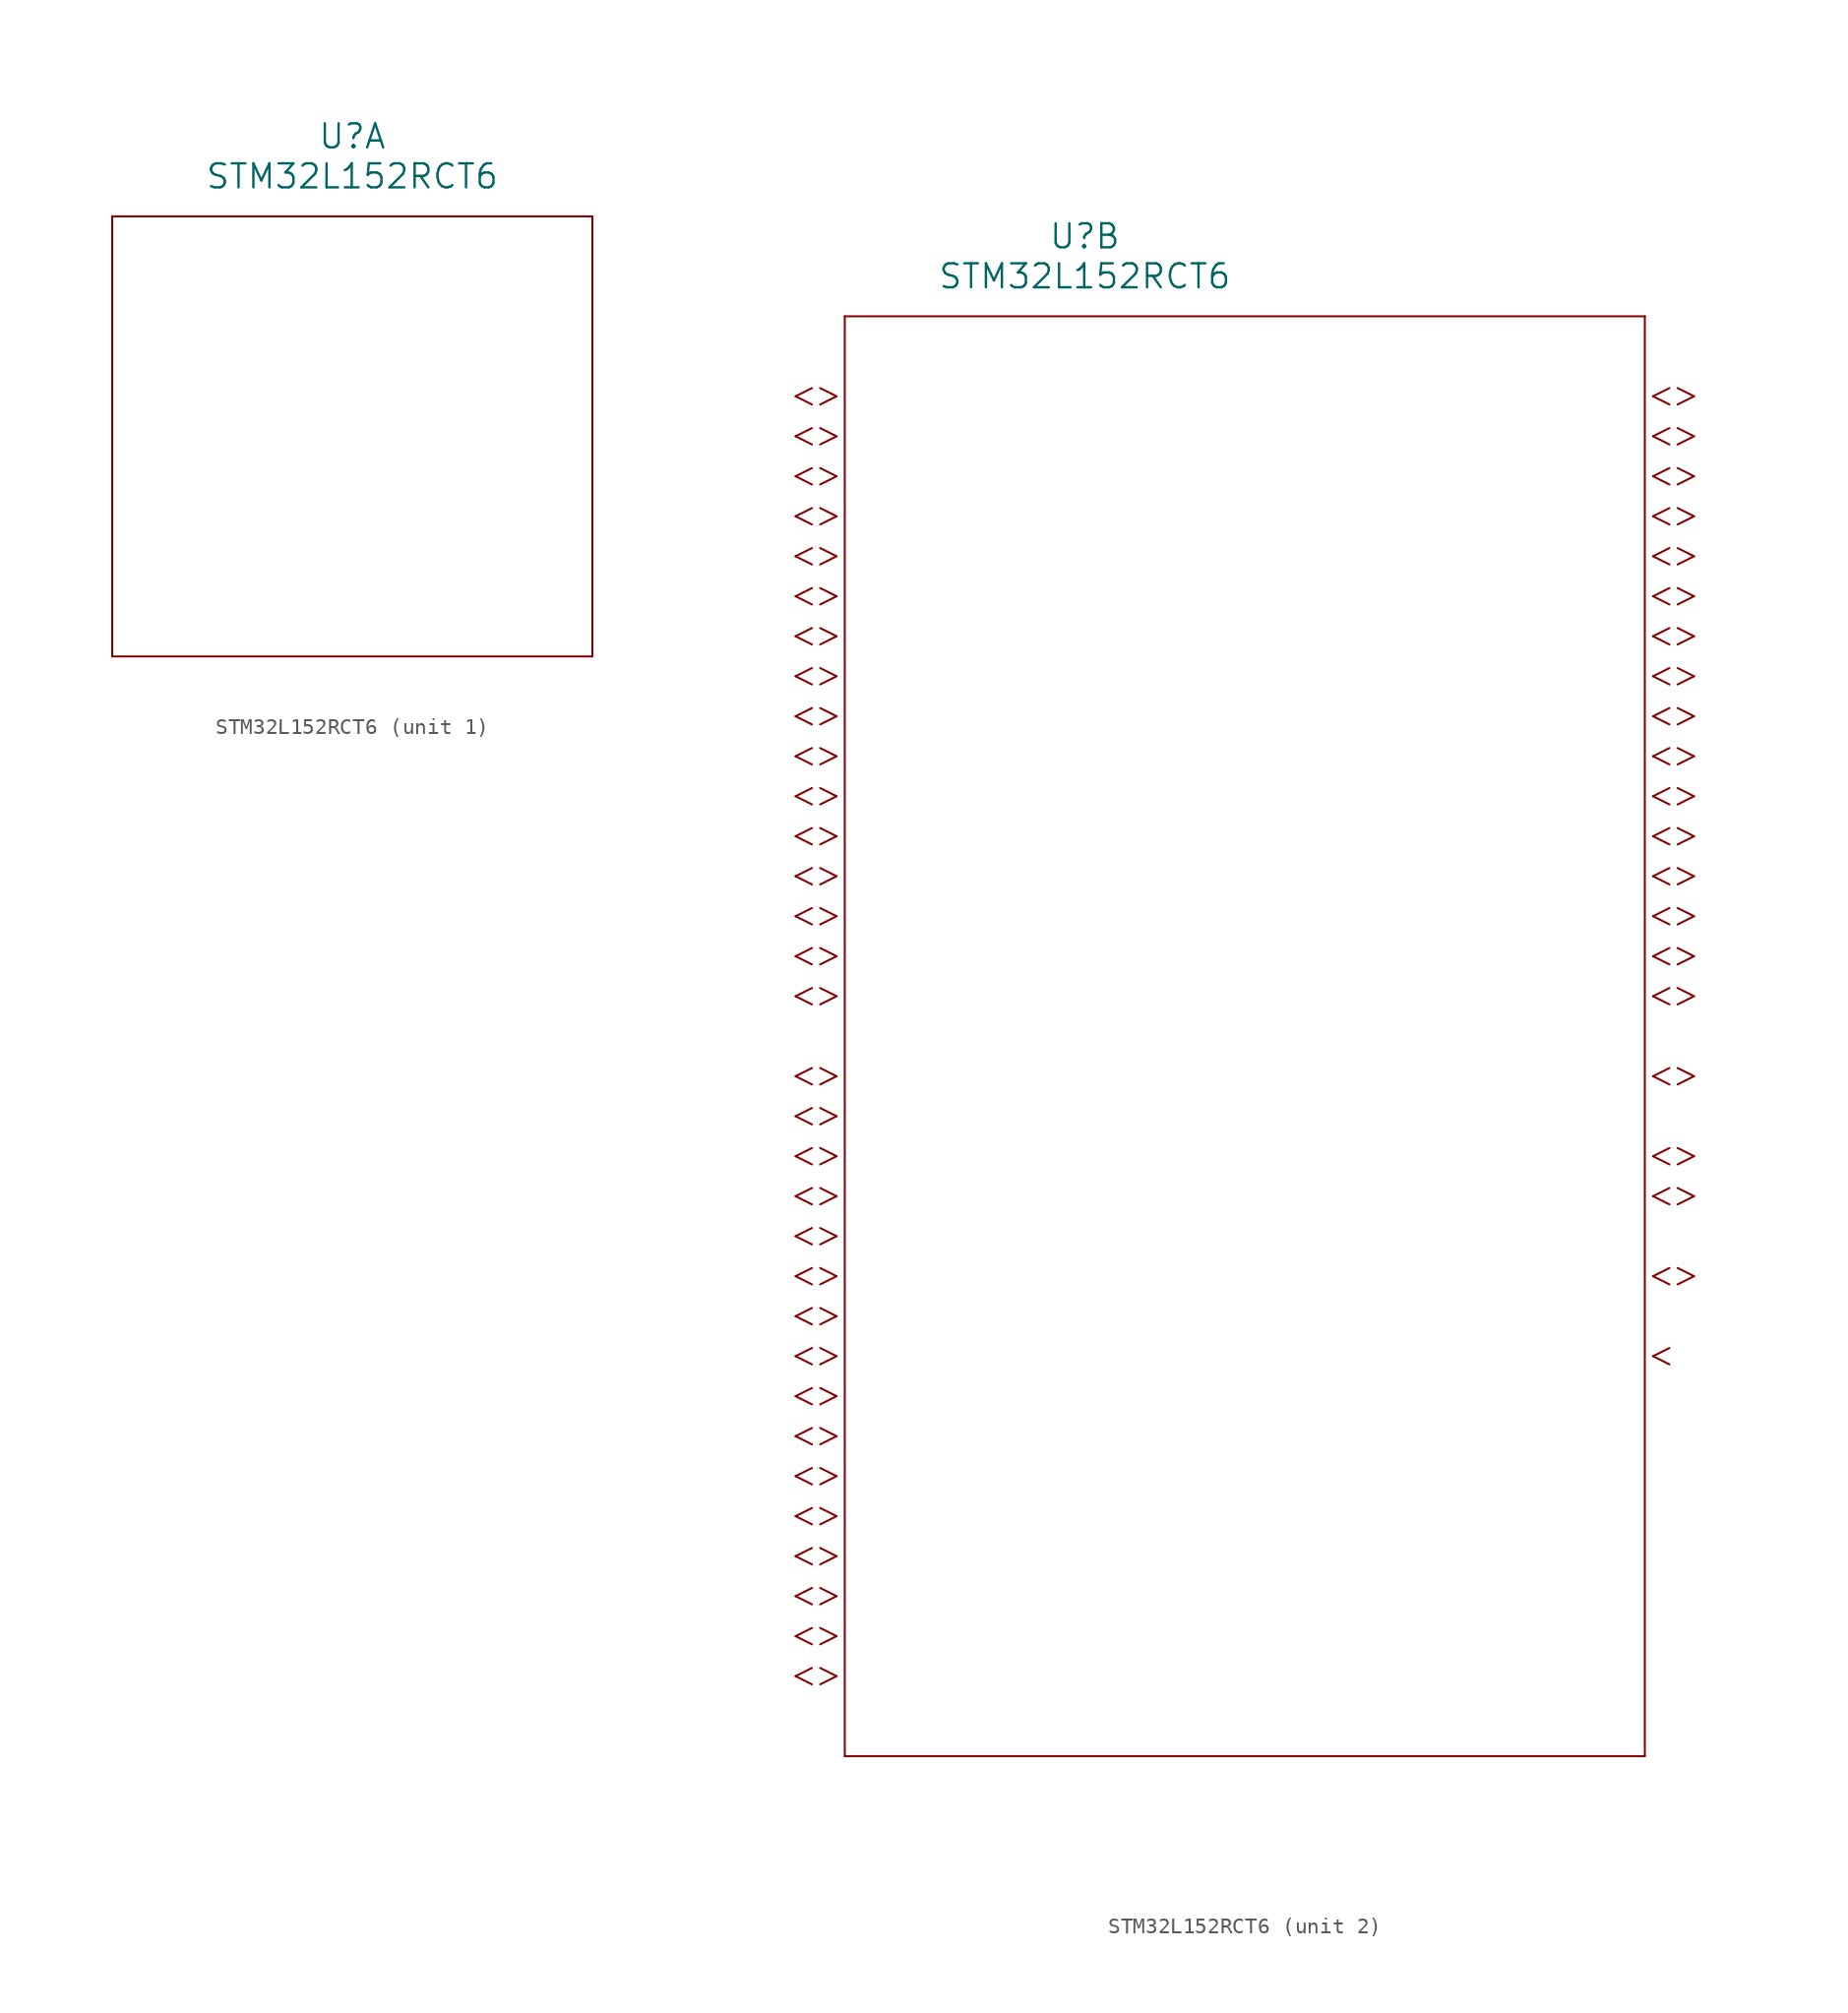
<source format=kicad_sym>
(kicad_symbol_lib
  (version 20211014)
  (generator kicad_symbol_editor)
  (symbol "STM32L152RCT6"
    (pin_names
      (offset 0.254))
    (property "Reference" "U"
      (at 22.86 10.16 0)
      (effects (font (size 1.524 1.524))))
    (property "Value" "STM32L152RCT6"
      (at 22.86 7.62 0)
      (effects (font (size 1.524 1.524))))
    (symbol "STM32L152RCT6_1_1"
      (polyline (pts (xy 7.62 5.08) (xy 7.62 -22.86)) (stroke (width 0.127) (type default) (color 0 0 0 0)) (fill (type none)))
      (polyline (pts (xy 7.62 -22.86) (xy 38.1 -22.86)) (stroke (width 0.127) (type default) (color 0 0 0 0)) (fill (type none)))
      (polyline (pts (xy 38.1 -22.86) (xy 38.1 5.08)) (stroke (width 0.127) (type default) (color 0 0 0 0)) (fill (type none)))
      (polyline (pts (xy 38.1 5.08) (xy 7.62 5.08)) (stroke (width 0.127) (type default) (color 0 0 0 0)) (fill (type none))))
    (symbol "STM32L152RCT6_2_1"
      (polyline (pts (xy 7.099 0) (xy 6.058 0.521)) (stroke (width 0.127) (type default) (color 0 0 0 0)) (fill (type none)))
      (polyline (pts (xy 7.099 0) (xy 6.058 -0.521)) (stroke (width 0.127) (type default) (color 0 0 0 0)) (fill (type none)))
      (polyline (pts (xy 5.537 0.521) (xy 4.496 0)) (stroke (width 0.127) (type default) (color 0 0 0 0)) (fill (type none)))
      (polyline (pts (xy 5.537 -0.521) (xy 4.496 0)) (stroke (width 0.127) (type default) (color 0 0 0 0)) (fill (type none)))
      (polyline (pts (xy 7.099 -2.54) (xy 6.058 -2.019)) (stroke (width 0.127) (type default) (color 0 0 0 0)) (fill (type none)))
      (polyline (pts (xy 7.099 -2.54) (xy 6.058 -3.061)) (stroke (width 0.127) (type default) (color 0 0 0 0)) (fill (type none)))
      (polyline (pts (xy 5.537 -2.019) (xy 4.496 -2.54)) (stroke (width 0.127) (type default) (color 0 0 0 0)) (fill (type none)))
      (polyline (pts (xy 5.537 -3.061) (xy 4.496 -2.54)) (stroke (width 0.127) (type default) (color 0 0 0 0)) (fill (type none)))
      (polyline (pts (xy 7.099 -5.08) (xy 6.058 -4.559)) (stroke (width 0.127) (type default) (color 0 0 0 0)) (fill (type none)))
      (polyline (pts (xy 7.099 -5.08) (xy 6.058 -5.601)) (stroke (width 0.127) (type default) (color 0 0 0 0)) (fill (type none)))
      (polyline (pts (xy 5.537 -4.559) (xy 4.496 -5.08)) (stroke (width 0.127) (type default) (color 0 0 0 0)) (fill (type none)))
      (polyline (pts (xy 5.537 -5.601) (xy 4.496 -5.08)) (stroke (width 0.127) (type default) (color 0 0 0 0)) (fill (type none)))
      (polyline (pts (xy 7.099 -7.62) (xy 6.058 -7.099)) (stroke (width 0.127) (type default) (color 0 0 0 0)) (fill (type none)))
      (polyline (pts (xy 7.099 -7.62) (xy 6.058 -8.141)) (stroke (width 0.127) (type default) (color 0 0 0 0)) (fill (type none)))
      (polyline (pts (xy 5.537 -7.099) (xy 4.496 -7.62)) (stroke (width 0.127) (type default) (color 0 0 0 0)) (fill (type none)))
      (polyline (pts (xy 5.537 -8.141) (xy 4.496 -7.62)) (stroke (width 0.127) (type default) (color 0 0 0 0)) (fill (type none)))
      (polyline (pts (xy 7.099 -10.16) (xy 6.058 -9.639)) (stroke (width 0.127) (type default) (color 0 0 0 0)) (fill (type none)))
      (polyline (pts (xy 7.099 -10.16) (xy 6.058 -10.681)) (stroke (width 0.127) (type default) (color 0 0 0 0)) (fill (type none)))
      (polyline (pts (xy 5.537 -9.639) (xy 4.496 -10.16)) (stroke (width 0.127) (type default) (color 0 0 0 0)) (fill (type none)))
      (polyline (pts (xy 5.537 -10.681) (xy 4.496 -10.16)) (stroke (width 0.127) (type default) (color 0 0 0 0)) (fill (type none)))
      (polyline (pts (xy 7.099 -12.7) (xy 6.058 -12.179)) (stroke (width 0.127) (type default) (color 0 0 0 0)) (fill (type none)))
      (polyline (pts (xy 7.099 -12.7) (xy 6.058 -13.221)) (stroke (width 0.127) (type default) (color 0 0 0 0)) (fill (type none)))
      (polyline (pts (xy 5.537 -12.179) (xy 4.496 -12.7)) (stroke (width 0.127) (type default) (color 0 0 0 0)) (fill (type none)))
      (polyline (pts (xy 5.537 -13.221) (xy 4.496 -12.7)) (stroke (width 0.127) (type default) (color 0 0 0 0)) (fill (type none)))
      (polyline (pts (xy 7.099 -15.24) (xy 6.058 -14.719)) (stroke (width 0.127) (type default) (color 0 0 0 0)) (fill (type none)))
      (polyline (pts (xy 7.099 -15.24) (xy 6.058 -15.761)) (stroke (width 0.127) (type default) (color 0 0 0 0)) (fill (type none)))
      (polyline (pts (xy 5.537 -14.719) (xy 4.496 -15.24)) (stroke (width 0.127) (type default) (color 0 0 0 0)) (fill (type none)))
      (polyline (pts (xy 5.537 -15.761) (xy 4.496 -15.24)) (stroke (width 0.127) (type default) (color 0 0 0 0)) (fill (type none)))
      (polyline (pts (xy 7.099 -17.78) (xy 6.058 -17.259)) (stroke (width 0.127) (type default) (color 0 0 0 0)) (fill (type none)))
      (polyline (pts (xy 7.099 -17.78) (xy 6.058 -18.301)) (stroke (width 0.127) (type default) (color 0 0 0 0)) (fill (type none)))
      (polyline (pts (xy 5.537 -17.259) (xy 4.496 -17.78)) (stroke (width 0.127) (type default) (color 0 0 0 0)) (fill (type none)))
      (polyline (pts (xy 5.537 -18.301) (xy 4.496 -17.78)) (stroke (width 0.127) (type default) (color 0 0 0 0)) (fill (type none)))
      (polyline (pts (xy 7.099 -20.32) (xy 6.058 -19.799)) (stroke (width 0.127) (type default) (color 0 0 0 0)) (fill (type none)))
      (polyline (pts (xy 7.099 -20.32) (xy 6.058 -20.841)) (stroke (width 0.127) (type default) (color 0 0 0 0)) (fill (type none)))
      (polyline (pts (xy 5.537 -19.799) (xy 4.496 -20.32)) (stroke (width 0.127) (type default) (color 0 0 0 0)) (fill (type none)))
      (polyline (pts (xy 5.537 -20.841) (xy 4.496 -20.32)) (stroke (width 0.127) (type default) (color 0 0 0 0)) (fill (type none)))
      (polyline (pts (xy 7.099 -22.86) (xy 6.058 -22.339)) (stroke (width 0.127) (type default) (color 0 0 0 0)) (fill (type none)))
      (polyline (pts (xy 7.099 -22.86) (xy 6.058 -23.381)) (stroke (width 0.127) (type default) (color 0 0 0 0)) (fill (type none)))
      (polyline (pts (xy 5.537 -22.339) (xy 4.496 -22.86)) (stroke (width 0.127) (type default) (color 0 0 0 0)) (fill (type none)))
      (polyline (pts (xy 5.537 -23.381) (xy 4.496 -22.86)) (stroke (width 0.127) (type default) (color 0 0 0 0)) (fill (type none)))
      (polyline (pts (xy 7.099 -25.4) (xy 6.058 -24.879)) (stroke (width 0.127) (type default) (color 0 0 0 0)) (fill (type none)))
      (polyline (pts (xy 7.099 -25.4) (xy 6.058 -25.921)) (stroke (width 0.127) (type default) (color 0 0 0 0)) (fill (type none)))
      (polyline (pts (xy 5.537 -24.879) (xy 4.496 -25.4)) (stroke (width 0.127) (type default) (color 0 0 0 0)) (fill (type none)))
      (polyline (pts (xy 5.537 -25.921) (xy 4.496 -25.4)) (stroke (width 0.127) (type default) (color 0 0 0 0)) (fill (type none)))
      (polyline (pts (xy 7.099 -27.94) (xy 6.058 -27.419)) (stroke (width 0.127) (type default) (color 0 0 0 0)) (fill (type none)))
      (polyline (pts (xy 7.099 -27.94) (xy 6.058 -28.461)) (stroke (width 0.127) (type default) (color 0 0 0 0)) (fill (type none)))
      (polyline (pts (xy 5.537 -27.419) (xy 4.496 -27.94)) (stroke (width 0.127) (type default) (color 0 0 0 0)) (fill (type none)))
      (polyline (pts (xy 5.537 -28.461) (xy 4.496 -27.94)) (stroke (width 0.127) (type default) (color 0 0 0 0)) (fill (type none)))
      (polyline (pts (xy 7.099 -30.48) (xy 6.058 -29.959)) (stroke (width 0.127) (type default) (color 0 0 0 0)) (fill (type none)))
      (polyline (pts (xy 7.099 -30.48) (xy 6.058 -31.001)) (stroke (width 0.127) (type default) (color 0 0 0 0)) (fill (type none)))
      (polyline (pts (xy 5.537 -29.959) (xy 4.496 -30.48)) (stroke (width 0.127) (type default) (color 0 0 0 0)) (fill (type none)))
      (polyline (pts (xy 5.537 -31.001) (xy 4.496 -30.48)) (stroke (width 0.127) (type default) (color 0 0 0 0)) (fill (type none)))
      (polyline (pts (xy 7.099 -33.02) (xy 6.058 -32.499)) (stroke (width 0.127) (type default) (color 0 0 0 0)) (fill (type none)))
      (polyline (pts (xy 7.099 -33.02) (xy 6.058 -33.541)) (stroke (width 0.127) (type default) (color 0 0 0 0)) (fill (type none)))
      (polyline (pts (xy 5.537 -32.499) (xy 4.496 -33.02)) (stroke (width 0.127) (type default) (color 0 0 0 0)) (fill (type none)))
      (polyline (pts (xy 5.537 -33.541) (xy 4.496 -33.02)) (stroke (width 0.127) (type default) (color 0 0 0 0)) (fill (type none)))
      (polyline (pts (xy 7.099 -35.56) (xy 6.058 -35.039)) (stroke (width 0.127) (type default) (color 0 0 0 0)) (fill (type none)))
      (polyline (pts (xy 7.099 -35.56) (xy 6.058 -36.081)) (stroke (width 0.127) (type default) (color 0 0 0 0)) (fill (type none)))
      (polyline (pts (xy 5.537 -35.039) (xy 4.496 -35.56)) (stroke (width 0.127) (type default) (color 0 0 0 0)) (fill (type none)))
      (polyline (pts (xy 5.537 -36.081) (xy 4.496 -35.56)) (stroke (width 0.127) (type default) (color 0 0 0 0)) (fill (type none)))
      (polyline (pts (xy 7.099 -38.1) (xy 6.058 -37.579)) (stroke (width 0.127) (type default) (color 0 0 0 0)) (fill (type none)))
      (polyline (pts (xy 7.099 -38.1) (xy 6.058 -38.621)) (stroke (width 0.127) (type default) (color 0 0 0 0)) (fill (type none)))
      (polyline (pts (xy 5.537 -37.579) (xy 4.496 -38.1)) (stroke (width 0.127) (type default) (color 0 0 0 0)) (fill (type none)))
      (polyline (pts (xy 5.537 -38.621) (xy 4.496 -38.1)) (stroke (width 0.127) (type default) (color 0 0 0 0)) (fill (type none)))
      (polyline (pts (xy 7.099 -43.18) (xy 6.058 -42.659)) (stroke (width 0.127) (type default) (color 0 0 0 0)) (fill (type none)))
      (polyline (pts (xy 7.099 -43.18) (xy 6.058 -43.701)) (stroke (width 0.127) (type default) (color 0 0 0 0)) (fill (type none)))
      (polyline (pts (xy 5.537 -42.659) (xy 4.496 -43.18)) (stroke (width 0.127) (type default) (color 0 0 0 0)) (fill (type none)))
      (polyline (pts (xy 5.537 -43.701) (xy 4.496 -43.18)) (stroke (width 0.127) (type default) (color 0 0 0 0)) (fill (type none)))
      (polyline (pts (xy 7.099 -45.72) (xy 6.058 -45.199)) (stroke (width 0.127) (type default) (color 0 0 0 0)) (fill (type none)))
      (polyline (pts (xy 7.099 -45.72) (xy 6.058 -46.241)) (stroke (width 0.127) (type default) (color 0 0 0 0)) (fill (type none)))
      (polyline (pts (xy 5.537 -45.199) (xy 4.496 -45.72)) (stroke (width 0.127) (type default) (color 0 0 0 0)) (fill (type none)))
      (polyline (pts (xy 5.537 -46.241) (xy 4.496 -45.72)) (stroke (width 0.127) (type default) (color 0 0 0 0)) (fill (type none)))
      (polyline (pts (xy 7.099 -48.26) (xy 6.058 -47.739)) (stroke (width 0.127) (type default) (color 0 0 0 0)) (fill (type none)))
      (polyline (pts (xy 7.099 -48.26) (xy 6.058 -48.781)) (stroke (width 0.127) (type default) (color 0 0 0 0)) (fill (type none)))
      (polyline (pts (xy 5.537 -47.739) (xy 4.496 -48.26)) (stroke (width 0.127) (type default) (color 0 0 0 0)) (fill (type none)))
      (polyline (pts (xy 5.537 -48.781) (xy 4.496 -48.26)) (stroke (width 0.127) (type default) (color 0 0 0 0)) (fill (type none)))
      (polyline (pts (xy 7.099 -50.8) (xy 6.058 -50.279)) (stroke (width 0.127) (type default) (color 0 0 0 0)) (fill (type none)))
      (polyline (pts (xy 7.099 -50.8) (xy 6.058 -51.321)) (stroke (width 0.127) (type default) (color 0 0 0 0)) (fill (type none)))
      (polyline (pts (xy 5.537 -50.279) (xy 4.496 -50.8)) (stroke (width 0.127) (type default) (color 0 0 0 0)) (fill (type none)))
      (polyline (pts (xy 5.537 -51.321) (xy 4.496 -50.8)) (stroke (width 0.127) (type default) (color 0 0 0 0)) (fill (type none)))
      (polyline (pts (xy 7.099 -53.34) (xy 6.058 -52.819)) (stroke (width 0.127) (type default) (color 0 0 0 0)) (fill (type none)))
      (polyline (pts (xy 7.099 -53.34) (xy 6.058 -53.861)) (stroke (width 0.127) (type default) (color 0 0 0 0)) (fill (type none)))
      (polyline (pts (xy 5.537 -52.819) (xy 4.496 -53.34)) (stroke (width 0.127) (type default) (color 0 0 0 0)) (fill (type none)))
      (polyline (pts (xy 5.537 -53.861) (xy 4.496 -53.34)) (stroke (width 0.127) (type default) (color 0 0 0 0)) (fill (type none)))
      (polyline (pts (xy 7.099 -55.88) (xy 6.058 -55.359)) (stroke (width 0.127) (type default) (color 0 0 0 0)) (fill (type none)))
      (polyline (pts (xy 7.099 -55.88) (xy 6.058 -56.401)) (stroke (width 0.127) (type default) (color 0 0 0 0)) (fill (type none)))
      (polyline (pts (xy 5.537 -55.359) (xy 4.496 -55.88)) (stroke (width 0.127) (type default) (color 0 0 0 0)) (fill (type none)))
      (polyline (pts (xy 5.537 -56.401) (xy 4.496 -55.88)) (stroke (width 0.127) (type default) (color 0 0 0 0)) (fill (type none)))
      (polyline (pts (xy 7.099 -58.42) (xy 6.058 -57.899)) (stroke (width 0.127) (type default) (color 0 0 0 0)) (fill (type none)))
      (polyline (pts (xy 7.099 -58.42) (xy 6.058 -58.941)) (stroke (width 0.127) (type default) (color 0 0 0 0)) (fill (type none)))
      (polyline (pts (xy 5.537 -57.899) (xy 4.496 -58.42)) (stroke (width 0.127) (type default) (color 0 0 0 0)) (fill (type none)))
      (polyline (pts (xy 5.537 -58.941) (xy 4.496 -58.42)) (stroke (width 0.127) (type default) (color 0 0 0 0)) (fill (type none)))
      (polyline (pts (xy 7.099 -60.96) (xy 6.058 -60.439)) (stroke (width 0.127) (type default) (color 0 0 0 0)) (fill (type none)))
      (polyline (pts (xy 7.099 -60.96) (xy 6.058 -61.481)) (stroke (width 0.127) (type default) (color 0 0 0 0)) (fill (type none)))
      (polyline (pts (xy 5.537 -60.439) (xy 4.496 -60.96)) (stroke (width 0.127) (type default) (color 0 0 0 0)) (fill (type none)))
      (polyline (pts (xy 5.537 -61.481) (xy 4.496 -60.96)) (stroke (width 0.127) (type default) (color 0 0 0 0)) (fill (type none)))
      (polyline (pts (xy 7.099 -63.5) (xy 6.058 -62.979)) (stroke (width 0.127) (type default) (color 0 0 0 0)) (fill (type none)))
      (polyline (pts (xy 7.099 -63.5) (xy 6.058 -64.021)) (stroke (width 0.127) (type default) (color 0 0 0 0)) (fill (type none)))
      (polyline (pts (xy 5.537 -62.979) (xy 4.496 -63.5)) (stroke (width 0.127) (type default) (color 0 0 0 0)) (fill (type none)))
      (polyline (pts (xy 5.537 -64.021) (xy 4.496 -63.5)) (stroke (width 0.127) (type default) (color 0 0 0 0)) (fill (type none)))
      (polyline (pts (xy 7.099 -66.04) (xy 6.058 -65.519)) (stroke (width 0.127) (type default) (color 0 0 0 0)) (fill (type none)))
      (polyline (pts (xy 7.099 -66.04) (xy 6.058 -66.561)) (stroke (width 0.127) (type default) (color 0 0 0 0)) (fill (type none)))
      (polyline (pts (xy 5.537 -65.519) (xy 4.496 -66.04)) (stroke (width 0.127) (type default) (color 0 0 0 0)) (fill (type none)))
      (polyline (pts (xy 5.537 -66.561) (xy 4.496 -66.04)) (stroke (width 0.127) (type default) (color 0 0 0 0)) (fill (type none)))
      (polyline (pts (xy 7.099 -68.58) (xy 6.058 -68.059)) (stroke (width 0.127) (type default) (color 0 0 0 0)) (fill (type none)))
      (polyline (pts (xy 7.099 -68.58) (xy 6.058 -69.101)) (stroke (width 0.127) (type default) (color 0 0 0 0)) (fill (type none)))
      (polyline (pts (xy 5.537 -68.059) (xy 4.496 -68.58)) (stroke (width 0.127) (type default) (color 0 0 0 0)) (fill (type none)))
      (polyline (pts (xy 5.537 -69.101) (xy 4.496 -68.58)) (stroke (width 0.127) (type default) (color 0 0 0 0)) (fill (type none)))
      (polyline (pts (xy 7.099 -71.12) (xy 6.058 -70.599)) (stroke (width 0.127) (type default) (color 0 0 0 0)) (fill (type none)))
      (polyline (pts (xy 7.099 -71.12) (xy 6.058 -71.641)) (stroke (width 0.127) (type default) (color 0 0 0 0)) (fill (type none)))
      (polyline (pts (xy 5.537 -70.599) (xy 4.496 -71.12)) (stroke (width 0.127) (type default) (color 0 0 0 0)) (fill (type none)))
      (polyline (pts (xy 5.537 -71.641) (xy 4.496 -71.12)) (stroke (width 0.127) (type default) (color 0 0 0 0)) (fill (type none)))
      (polyline (pts (xy 7.099 -73.66) (xy 6.058 -73.139)) (stroke (width 0.127) (type default) (color 0 0 0 0)) (fill (type none)))
      (polyline (pts (xy 7.099 -73.66) (xy 6.058 -74.181)) (stroke (width 0.127) (type default) (color 0 0 0 0)) (fill (type none)))
      (polyline (pts (xy 5.537 -73.139) (xy 4.496 -73.66)) (stroke (width 0.127) (type default) (color 0 0 0 0)) (fill (type none)))
      (polyline (pts (xy 5.537 -74.181) (xy 4.496 -73.66)) (stroke (width 0.127) (type default) (color 0 0 0 0)) (fill (type none)))
      (polyline (pts (xy 7.099 -76.2) (xy 6.058 -75.679)) (stroke (width 0.127) (type default) (color 0 0 0 0)) (fill (type none)))
      (polyline (pts (xy 7.099 -76.2) (xy 6.058 -76.721)) (stroke (width 0.127) (type default) (color 0 0 0 0)) (fill (type none)))
      (polyline (pts (xy 5.537 -75.679) (xy 4.496 -76.2)) (stroke (width 0.127) (type default) (color 0 0 0 0)) (fill (type none)))
      (polyline (pts (xy 5.537 -76.721) (xy 4.496 -76.2)) (stroke (width 0.127) (type default) (color 0 0 0 0)) (fill (type none)))
      (polyline (pts (xy 7.099 -78.74) (xy 6.058 -78.219)) (stroke (width 0.127) (type default) (color 0 0 0 0)) (fill (type none)))
      (polyline (pts (xy 7.099 -78.74) (xy 6.058 -79.261)) (stroke (width 0.127) (type default) (color 0 0 0 0)) (fill (type none)))
      (polyline (pts (xy 5.537 -78.219) (xy 4.496 -78.74)) (stroke (width 0.127) (type default) (color 0 0 0 0)) (fill (type none)))
      (polyline (pts (xy 5.537 -79.261) (xy 4.496 -78.74)) (stroke (width 0.127) (type default) (color 0 0 0 0)) (fill (type none)))
      (polyline (pts (xy 7.099 -81.28) (xy 6.058 -80.759)) (stroke (width 0.127) (type default) (color 0 0 0 0)) (fill (type none)))
      (polyline (pts (xy 7.099 -81.28) (xy 6.058 -81.801)) (stroke (width 0.127) (type default) (color 0 0 0 0)) (fill (type none)))
      (polyline (pts (xy 5.537 -80.759) (xy 4.496 -81.28)) (stroke (width 0.127) (type default) (color 0 0 0 0)) (fill (type none)))
      (polyline (pts (xy 5.537 -81.801) (xy 4.496 -81.28)) (stroke (width 0.127) (type default) (color 0 0 0 0)) (fill (type none)))
      (polyline (pts (xy 58.941 0) (xy 59.982 0.521)) (stroke (width 0.127) (type default) (color 0 0 0 0)) (fill (type none)))
      (polyline (pts (xy 58.941 0) (xy 59.982 -0.521)) (stroke (width 0.127) (type default) (color 0 0 0 0)) (fill (type none)))
      (polyline (pts (xy 60.503 0.521) (xy 61.544 0)) (stroke (width 0.127) (type default) (color 0 0 0 0)) (fill (type none)))
      (polyline (pts (xy 60.503 -0.521) (xy 61.544 0)) (stroke (width 0.127) (type default) (color 0 0 0 0)) (fill (type none)))
      (polyline (pts (xy 58.941 -2.54) (xy 59.982 -2.019)) (stroke (width 0.127) (type default) (color 0 0 0 0)) (fill (type none)))
      (polyline (pts (xy 58.941 -2.54) (xy 59.982 -3.061)) (stroke (width 0.127) (type default) (color 0 0 0 0)) (fill (type none)))
      (polyline (pts (xy 60.503 -2.019) (xy 61.544 -2.54)) (stroke (width 0.127) (type default) (color 0 0 0 0)) (fill (type none)))
      (polyline (pts (xy 60.503 -3.061) (xy 61.544 -2.54)) (stroke (width 0.127) (type default) (color 0 0 0 0)) (fill (type none)))
      (polyline (pts (xy 58.941 -5.08) (xy 59.982 -4.559)) (stroke (width 0.127) (type default) (color 0 0 0 0)) (fill (type none)))
      (polyline (pts (xy 58.941 -5.08) (xy 59.982 -5.601)) (stroke (width 0.127) (type default) (color 0 0 0 0)) (fill (type none)))
      (polyline (pts (xy 60.503 -4.559) (xy 61.544 -5.08)) (stroke (width 0.127) (type default) (color 0 0 0 0)) (fill (type none)))
      (polyline (pts (xy 60.503 -5.601) (xy 61.544 -5.08)) (stroke (width 0.127) (type default) (color 0 0 0 0)) (fill (type none)))
      (polyline (pts (xy 58.941 -7.62) (xy 59.982 -7.099)) (stroke (width 0.127) (type default) (color 0 0 0 0)) (fill (type none)))
      (polyline (pts (xy 58.941 -7.62) (xy 59.982 -8.141)) (stroke (width 0.127) (type default) (color 0 0 0 0)) (fill (type none)))
      (polyline (pts (xy 60.503 -7.099) (xy 61.544 -7.62)) (stroke (width 0.127) (type default) (color 0 0 0 0)) (fill (type none)))
      (polyline (pts (xy 60.503 -8.141) (xy 61.544 -7.62)) (stroke (width 0.127) (type default) (color 0 0 0 0)) (fill (type none)))
      (polyline (pts (xy 58.941 -10.16) (xy 59.982 -9.639)) (stroke (width 0.127) (type default) (color 0 0 0 0)) (fill (type none)))
      (polyline (pts (xy 58.941 -10.16) (xy 59.982 -10.681)) (stroke (width 0.127) (type default) (color 0 0 0 0)) (fill (type none)))
      (polyline (pts (xy 60.503 -9.639) (xy 61.544 -10.16)) (stroke (width 0.127) (type default) (color 0 0 0 0)) (fill (type none)))
      (polyline (pts (xy 60.503 -10.681) (xy 61.544 -10.16)) (stroke (width 0.127) (type default) (color 0 0 0 0)) (fill (type none)))
      (polyline (pts (xy 58.941 -12.7) (xy 59.982 -12.179)) (stroke (width 0.127) (type default) (color 0 0 0 0)) (fill (type none)))
      (polyline (pts (xy 58.941 -12.7) (xy 59.982 -13.221)) (stroke (width 0.127) (type default) (color 0 0 0 0)) (fill (type none)))
      (polyline (pts (xy 60.503 -12.179) (xy 61.544 -12.7)) (stroke (width 0.127) (type default) (color 0 0 0 0)) (fill (type none)))
      (polyline (pts (xy 60.503 -13.221) (xy 61.544 -12.7)) (stroke (width 0.127) (type default) (color 0 0 0 0)) (fill (type none)))
      (polyline (pts (xy 58.941 -15.24) (xy 59.982 -14.719)) (stroke (width 0.127) (type default) (color 0 0 0 0)) (fill (type none)))
      (polyline (pts (xy 58.941 -15.24) (xy 59.982 -15.761)) (stroke (width 0.127) (type default) (color 0 0 0 0)) (fill (type none)))
      (polyline (pts (xy 60.503 -14.719) (xy 61.544 -15.24)) (stroke (width 0.127) (type default) (color 0 0 0 0)) (fill (type none)))
      (polyline (pts (xy 60.503 -15.761) (xy 61.544 -15.24)) (stroke (width 0.127) (type default) (color 0 0 0 0)) (fill (type none)))
      (polyline (pts (xy 58.941 -17.78) (xy 59.982 -17.259)) (stroke (width 0.127) (type default) (color 0 0 0 0)) (fill (type none)))
      (polyline (pts (xy 58.941 -17.78) (xy 59.982 -18.301)) (stroke (width 0.127) (type default) (color 0 0 0 0)) (fill (type none)))
      (polyline (pts (xy 60.503 -17.259) (xy 61.544 -17.78)) (stroke (width 0.127) (type default) (color 0 0 0 0)) (fill (type none)))
      (polyline (pts (xy 60.503 -18.301) (xy 61.544 -17.78)) (stroke (width 0.127) (type default) (color 0 0 0 0)) (fill (type none)))
      (polyline (pts (xy 58.941 -20.32) (xy 59.982 -19.799)) (stroke (width 0.127) (type default) (color 0 0 0 0)) (fill (type none)))
      (polyline (pts (xy 58.941 -20.32) (xy 59.982 -20.841)) (stroke (width 0.127) (type default) (color 0 0 0 0)) (fill (type none)))
      (polyline (pts (xy 60.503 -19.799) (xy 61.544 -20.32)) (stroke (width 0.127) (type default) (color 0 0 0 0)) (fill (type none)))
      (polyline (pts (xy 60.503 -20.841) (xy 61.544 -20.32)) (stroke (width 0.127) (type default) (color 0 0 0 0)) (fill (type none)))
      (polyline (pts (xy 58.941 -22.86) (xy 59.982 -22.339)) (stroke (width 0.127) (type default) (color 0 0 0 0)) (fill (type none)))
      (polyline (pts (xy 58.941 -22.86) (xy 59.982 -23.381)) (stroke (width 0.127) (type default) (color 0 0 0 0)) (fill (type none)))
      (polyline (pts (xy 60.503 -22.339) (xy 61.544 -22.86)) (stroke (width 0.127) (type default) (color 0 0 0 0)) (fill (type none)))
      (polyline (pts (xy 60.503 -23.381) (xy 61.544 -22.86)) (stroke (width 0.127) (type default) (color 0 0 0 0)) (fill (type none)))
      (polyline (pts (xy 58.941 -25.4) (xy 59.982 -24.879)) (stroke (width 0.127) (type default) (color 0 0 0 0)) (fill (type none)))
      (polyline (pts (xy 58.941 -25.4) (xy 59.982 -25.921)) (stroke (width 0.127) (type default) (color 0 0 0 0)) (fill (type none)))
      (polyline (pts (xy 60.503 -24.879) (xy 61.544 -25.4)) (stroke (width 0.127) (type default) (color 0 0 0 0)) (fill (type none)))
      (polyline (pts (xy 60.503 -25.921) (xy 61.544 -25.4)) (stroke (width 0.127) (type default) (color 0 0 0 0)) (fill (type none)))
      (polyline (pts (xy 58.941 -27.94) (xy 59.982 -27.419)) (stroke (width 0.127) (type default) (color 0 0 0 0)) (fill (type none)))
      (polyline (pts (xy 58.941 -27.94) (xy 59.982 -28.461)) (stroke (width 0.127) (type default) (color 0 0 0 0)) (fill (type none)))
      (polyline (pts (xy 60.503 -27.419) (xy 61.544 -27.94)) (stroke (width 0.127) (type default) (color 0 0 0 0)) (fill (type none)))
      (polyline (pts (xy 60.503 -28.461) (xy 61.544 -27.94)) (stroke (width 0.127) (type default) (color 0 0 0 0)) (fill (type none)))
      (polyline (pts (xy 58.941 -30.48) (xy 59.982 -29.959)) (stroke (width 0.127) (type default) (color 0 0 0 0)) (fill (type none)))
      (polyline (pts (xy 58.941 -30.48) (xy 59.982 -31.001)) (stroke (width 0.127) (type default) (color 0 0 0 0)) (fill (type none)))
      (polyline (pts (xy 60.503 -29.959) (xy 61.544 -30.48)) (stroke (width 0.127) (type default) (color 0 0 0 0)) (fill (type none)))
      (polyline (pts (xy 60.503 -31.001) (xy 61.544 -30.48)) (stroke (width 0.127) (type default) (color 0 0 0 0)) (fill (type none)))
      (polyline (pts (xy 58.941 -33.02) (xy 59.982 -32.499)) (stroke (width 0.127) (type default) (color 0 0 0 0)) (fill (type none)))
      (polyline (pts (xy 58.941 -33.02) (xy 59.982 -33.541)) (stroke (width 0.127) (type default) (color 0 0 0 0)) (fill (type none)))
      (polyline (pts (xy 60.503 -32.499) (xy 61.544 -33.02)) (stroke (width 0.127) (type default) (color 0 0 0 0)) (fill (type none)))
      (polyline (pts (xy 60.503 -33.541) (xy 61.544 -33.02)) (stroke (width 0.127) (type default) (color 0 0 0 0)) (fill (type none)))
      (polyline (pts (xy 58.941 -35.56) (xy 59.982 -35.039)) (stroke (width 0.127) (type default) (color 0 0 0 0)) (fill (type none)))
      (polyline (pts (xy 58.941 -35.56) (xy 59.982 -36.081)) (stroke (width 0.127) (type default) (color 0 0 0 0)) (fill (type none)))
      (polyline (pts (xy 60.503 -35.039) (xy 61.544 -35.56)) (stroke (width 0.127) (type default) (color 0 0 0 0)) (fill (type none)))
      (polyline (pts (xy 60.503 -36.081) (xy 61.544 -35.56)) (stroke (width 0.127) (type default) (color 0 0 0 0)) (fill (type none)))
      (polyline (pts (xy 58.941 -38.1) (xy 59.982 -37.579)) (stroke (width 0.127) (type default) (color 0 0 0 0)) (fill (type none)))
      (polyline (pts (xy 58.941 -38.1) (xy 59.982 -38.621)) (stroke (width 0.127) (type default) (color 0 0 0 0)) (fill (type none)))
      (polyline (pts (xy 60.503 -37.579) (xy 61.544 -38.1)) (stroke (width 0.127) (type default) (color 0 0 0 0)) (fill (type none)))
      (polyline (pts (xy 60.503 -38.621) (xy 61.544 -38.1)) (stroke (width 0.127) (type default) (color 0 0 0 0)) (fill (type none)))
      (polyline (pts (xy 58.941 -43.18) (xy 59.982 -42.659)) (stroke (width 0.127) (type default) (color 0 0 0 0)) (fill (type none)))
      (polyline (pts (xy 58.941 -43.18) (xy 59.982 -43.701)) (stroke (width 0.127) (type default) (color 0 0 0 0)) (fill (type none)))
      (polyline (pts (xy 60.503 -42.659) (xy 61.544 -43.18)) (stroke (width 0.127) (type default) (color 0 0 0 0)) (fill (type none)))
      (polyline (pts (xy 60.503 -43.701) (xy 61.544 -43.18)) (stroke (width 0.127) (type default) (color 0 0 0 0)) (fill (type none)))
      (polyline (pts (xy 58.941 -48.26) (xy 59.982 -47.739)) (stroke (width 0.127) (type default) (color 0 0 0 0)) (fill (type none)))
      (polyline (pts (xy 58.941 -48.26) (xy 59.982 -48.781)) (stroke (width 0.127) (type default) (color 0 0 0 0)) (fill (type none)))
      (polyline (pts (xy 60.503 -47.739) (xy 61.544 -48.26)) (stroke (width 0.127) (type default) (color 0 0 0 0)) (fill (type none)))
      (polyline (pts (xy 60.503 -48.781) (xy 61.544 -48.26)) (stroke (width 0.127) (type default) (color 0 0 0 0)) (fill (type none)))
      (polyline (pts (xy 58.941 -50.8) (xy 59.982 -50.279)) (stroke (width 0.127) (type default) (color 0 0 0 0)) (fill (type none)))
      (polyline (pts (xy 58.941 -50.8) (xy 59.982 -51.321)) (stroke (width 0.127) (type default) (color 0 0 0 0)) (fill (type none)))
      (polyline (pts (xy 60.503 -50.279) (xy 61.544 -50.8)) (stroke (width 0.127) (type default) (color 0 0 0 0)) (fill (type none)))
      (polyline (pts (xy 60.503 -51.321) (xy 61.544 -50.8)) (stroke (width 0.127) (type default) (color 0 0 0 0)) (fill (type none)))
      (polyline (pts (xy 58.941 -55.88) (xy 59.982 -55.359)) (stroke (width 0.127) (type default) (color 0 0 0 0)) (fill (type none)))
      (polyline (pts (xy 58.941 -55.88) (xy 59.982 -56.401)) (stroke (width 0.127) (type default) (color 0 0 0 0)) (fill (type none)))
      (polyline (pts (xy 60.503 -55.359) (xy 61.544 -55.88)) (stroke (width 0.127) (type default) (color 0 0 0 0)) (fill (type none)))
      (polyline (pts (xy 60.503 -56.401) (xy 61.544 -55.88)) (stroke (width 0.127) (type default) (color 0 0 0 0)) (fill (type none)))
      (polyline (pts (xy 58.941 -60.96) (xy 59.982 -60.439)) (stroke (width 0.127) (type default) (color 0 0 0 0)) (fill (type none)))
      (polyline (pts (xy 58.941 -60.96) (xy 59.982 -61.481)) (stroke (width 0.127) (type default) (color 0 0 0 0)) (fill (type none)))
      (polyline (pts (xy 7.62 5.08) (xy 7.62 -86.36)) (stroke (width 0.127) (type default) (color 0 0 0 0)) (fill (type none)))
      (polyline (pts (xy 7.62 -86.36) (xy 58.42 -86.36)) (stroke (width 0.127) (type default) (color 0 0 0 0)) (fill (type none)))
      (polyline (pts (xy 58.42 -86.36) (xy 58.42 5.08)) (stroke (width 0.127) (type default) (color 0 0 0 0)) (fill (type none)))
      (polyline (pts (xy 58.42 5.08) (xy 7.62 5.08)) (stroke (width 0.127) (type default) (color 0 0 0 0)) (fill (type none))))))
</source>
